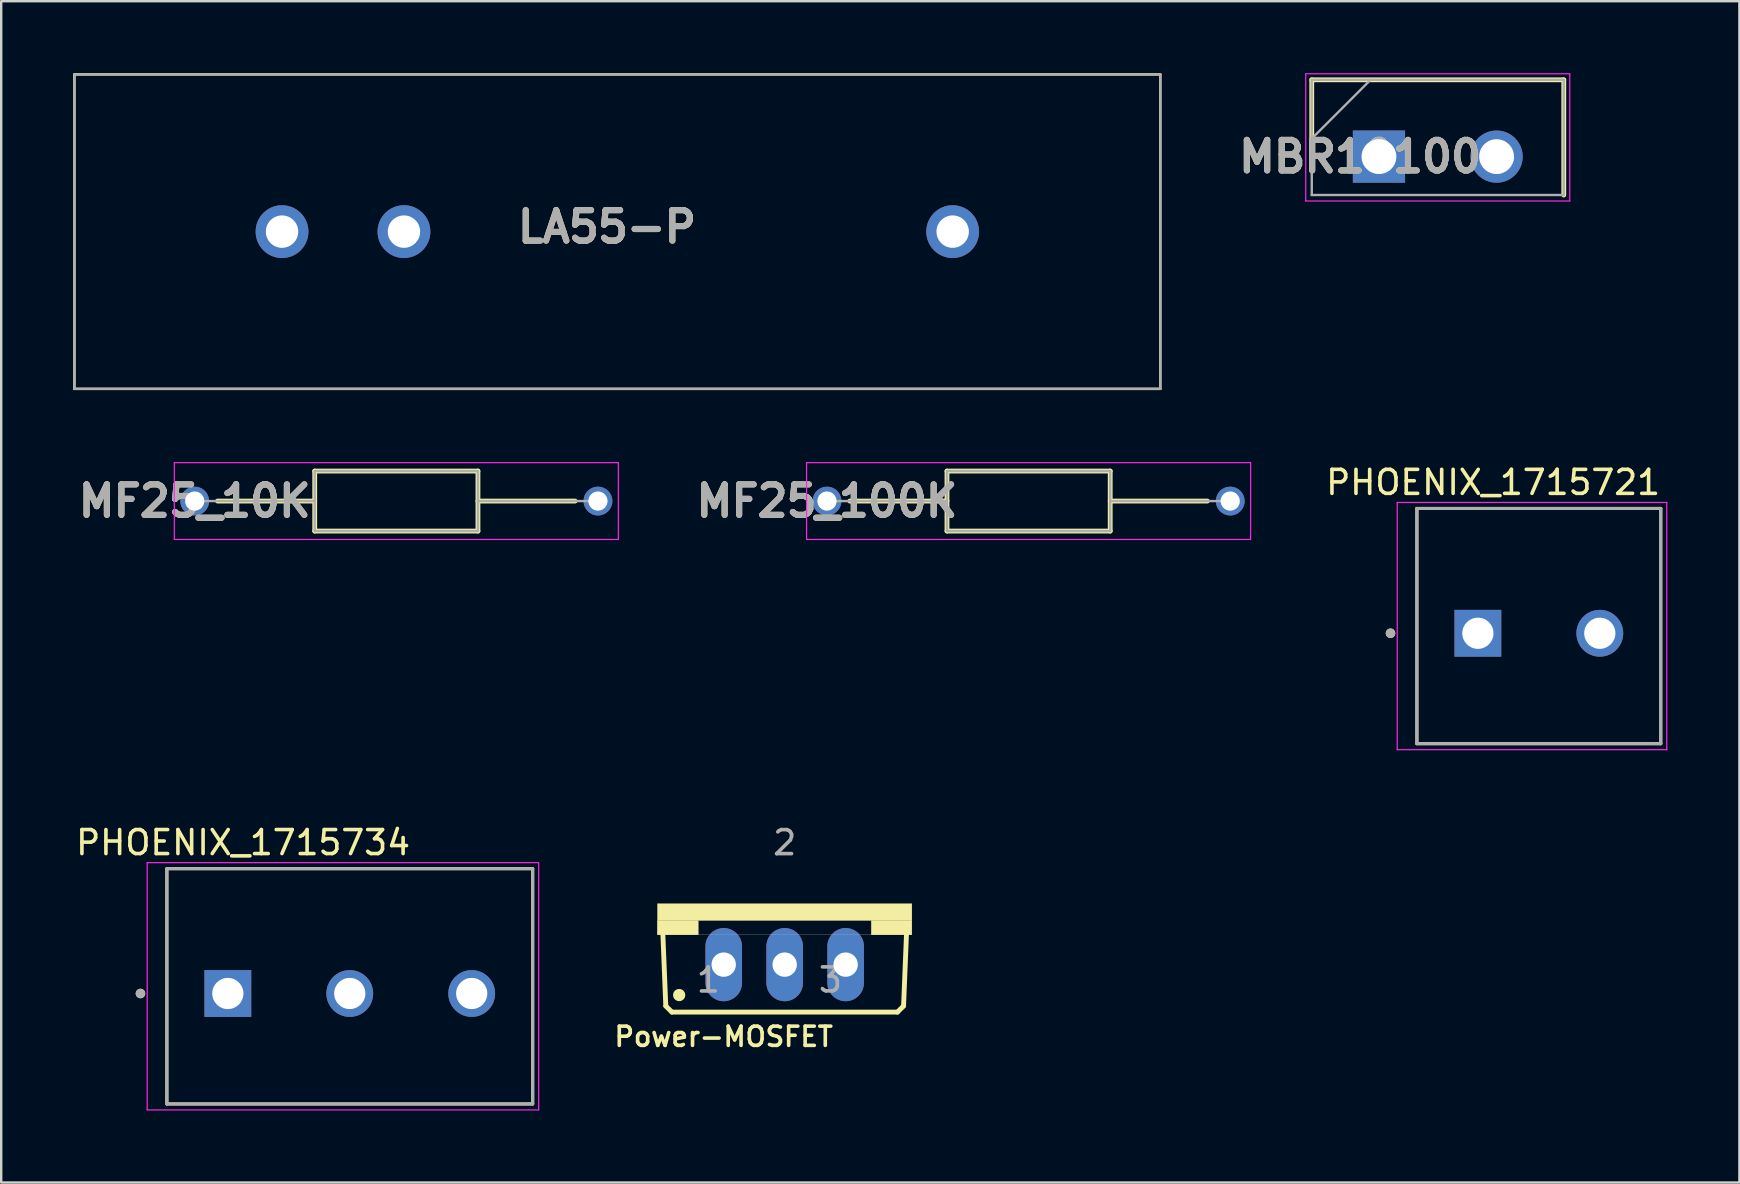
<source format=kicad_pcb>
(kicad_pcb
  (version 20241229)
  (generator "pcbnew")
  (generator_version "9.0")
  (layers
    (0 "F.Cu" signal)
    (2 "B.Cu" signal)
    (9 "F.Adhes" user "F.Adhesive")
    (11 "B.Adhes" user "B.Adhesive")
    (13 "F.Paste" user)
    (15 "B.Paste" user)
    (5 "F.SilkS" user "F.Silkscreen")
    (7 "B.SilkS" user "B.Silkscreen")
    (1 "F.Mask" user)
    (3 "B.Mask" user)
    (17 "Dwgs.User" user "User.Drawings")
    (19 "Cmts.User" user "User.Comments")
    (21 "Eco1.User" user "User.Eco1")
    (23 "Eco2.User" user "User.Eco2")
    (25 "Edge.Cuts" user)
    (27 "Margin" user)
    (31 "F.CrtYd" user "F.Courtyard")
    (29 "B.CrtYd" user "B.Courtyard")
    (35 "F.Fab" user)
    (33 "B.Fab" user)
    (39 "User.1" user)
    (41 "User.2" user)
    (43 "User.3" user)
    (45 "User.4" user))
  (footprint "Power-MOSFET"
    (layer "F.Cu")
    (at 29.641 34.598)
    (property "Reference" "Power-MOSFET" (at -2.542 5.541 0) (layer "F.SilkS") (effects (font (size 0.801 0.801) (thickness 0.15))))
    (attr through_hole)
    (fp_line (start -4.953 4.264) (end -5.08 1.143) (stroke (width 0.203) (type solid)) (layer "F.SilkS"))
    (fp_line (start -4.953 4.264) (end -4.699 4.518) (stroke (width 0.203) (type solid)) (layer "F.SilkS"))
    (fp_line (start 4.699 4.518) (end -4.699 4.518) (stroke (width 0.203) (type solid)) (layer "F.SilkS"))
    (fp_line (start 4.699 4.518) (end 4.953 4.264) (stroke (width 0.203) (type solid)) (layer "F.SilkS"))
    (fp_line (start 5.08 1.143) (end 4.953 4.264) (stroke (width 0.203) (type solid)) (layer "F.SilkS"))
    (fp_circle (center -4.396 3.808) (end -4.142 3.808) (stroke (width 0) (type solid)) (fill yes) (layer "F.SilkS"))
    (fp_poly (pts (xy -5.309 0.7) (xy -3.6 0.7) (xy -3.6 1.302) (xy -5.309 1.302)) (stroke (width 0.01) (type solid)) (fill yes) (layer "F.SilkS"))
    (fp_poly (pts (xy -5.301 0) (xy 5.3 0) (xy 5.3 0.7) (xy -5.301 0.7)) (stroke (width 0.01) (type solid)) (fill yes) (layer "F.SilkS"))
    (fp_poly (pts (xy 3.606 0.7) (xy 5.3 0.7) (xy 5.3 1.302) (xy 3.606 1.302)) (stroke (width 0.01) (type solid)) (fill yes) (layer "F.SilkS"))
    (fp_poly (pts (xy -3.602 0.7) (xy 3.6 0.7) (xy 3.6 1.301) (xy -3.602 1.301)) (stroke (width 0.01) (type solid)) (fill no) (layer "F.Fab"))
    (fp_text user "3" (at 1.907 3.179 0) (layer "F.Fab") (effects (font (size 1.001 1.001) (thickness 0.15))))
    (fp_text user "1" (at -3.181 3.181 0) (layer "F.Fab") (effects (font (size 1.002 1.002) (thickness 0.15))))
    (fp_text user "2" (at 0 -2.54 0) (layer "F.Fab") (effects (font (size 1.002 1.002) (thickness 0.15))))
    (pad "1" thru_hole oval (at -2.54 2.54) (size 1.524 3.048) (drill 1.016) (layers "*.Cu" "*.Mask"))
    (pad "2" thru_hole oval (at 0 2.54) (size 1.524 3.048) (drill 1.016) (layers "*.Cu" "*.Mask"))
    (pad "3" thru_hole oval (at 2.54 2.54) (size 1.524 3.048) (drill 1.016) (layers "*.Cu" "*.Mask")))
  (footprint "PHOENIX_1715721"
    (layer "F.Cu")
    (at 55.981 27.933)
    (property "Reference" "PHOENIX_1715721" (at 3.175 -10.885 0) (layer "F.SilkS") (effects (font (size 1 1) (thickness 0.15))))
    (attr through_hole)
    (fp_line (start 0 -9.8) (end 0 0) (stroke (width 0.127) (type solid)) (layer "F.SilkS"))
    (fp_line (start 0 0) (end 10.16 0) (stroke (width 0.127) (type solid)) (layer "F.SilkS"))
    (fp_line (start 10.16 -9.8) (end 0 -9.8) (stroke (width 0.127) (type solid)) (layer "F.SilkS"))
    (fp_line (start 10.16 0) (end 10.16 -9.8) (stroke (width 0.127) (type solid)) (layer "F.SilkS"))
    (fp_circle (center -1.1 -4.6) (end -1 -4.6) (stroke (width 0.2) (type solid)) (fill no) (layer "F.SilkS"))
    (fp_line (start -0.82 -10.05) (end -0.82 0.25) (stroke (width 0.05) (type solid)) (layer "F.CrtYd"))
    (fp_line (start -0.82 0.25) (end 10.41 0.25) (stroke (width 0.05) (type solid)) (layer "F.CrtYd"))
    (fp_line (start 10.41 -10.05) (end -0.82 -10.05) (stroke (width 0.05) (type solid)) (layer "F.CrtYd"))
    (fp_line (start 10.41 0.25) (end 10.41 -10.05) (stroke (width 0.05) (type solid)) (layer "F.CrtYd"))
    (fp_line (start 0 -9.8) (end 0 0) (stroke (width 0.127) (type solid)) (layer "F.Fab"))
    (fp_line (start 0 0) (end 10.16 0) (stroke (width 0.127) (type solid)) (layer "F.Fab"))
    (fp_line (start 10.16 -9.8) (end 0 -9.8) (stroke (width 0.127) (type solid)) (layer "F.Fab"))
    (fp_line (start 10.16 0) (end 10.16 -9.8) (stroke (width 0.127) (type solid)) (layer "F.Fab"))
    (fp_circle (center -1.1 -4.6) (end -1 -4.6) (stroke (width 0.2) (type solid)) (fill no) (layer "F.Fab"))
    (pad "1" thru_hole rect (at 2.54 -4.6) (size 1.95 1.95) (drill 1.3) (layers "*.Cu" "*.Mask"))
    (pad "2" thru_hole circle (at 7.62 -4.6) (size 1.95 1.95) (drill 1.3) (layers "*.Cu" "*.Mask")))
  (footprint "MF25_10K"
    (layer "F.Cu")
    (at 5.062 17.825)
    (property "Reference" "MF25_10K" (at 0 0 0) (layer "F.SilkS") (effects (font (size 1.27 1.27) (thickness 0.254))))
    (attr through_hole)
    (fp_line (start 0.95 0) (end 5 0) (stroke (width 0.2) (type solid)) (layer "F.SilkS"))
    (fp_line (start 5 -1.25) (end 11.8 -1.25) (stroke (width 0.2) (type solid)) (layer "F.SilkS"))
    (fp_line (start 5 1.25) (end 5 -1.25) (stroke (width 0.2) (type solid)) (layer "F.SilkS"))
    (fp_line (start 11.8 -1.25) (end 11.8 1.25) (stroke (width 0.2) (type solid)) (layer "F.SilkS"))
    (fp_line (start 11.8 0) (end 15.85 0) (stroke (width 0.2) (type solid)) (layer "F.SilkS"))
    (fp_line (start 11.8 1.25) (end 5 1.25) (stroke (width 0.2) (type solid)) (layer "F.SilkS"))
    (fp_line (start -0.85 -1.6) (end 17.65 -1.6) (stroke (width 0.05) (type solid)) (layer "F.CrtYd"))
    (fp_line (start -0.85 1.6) (end -0.85 -1.6) (stroke (width 0.05) (type solid)) (layer "F.CrtYd"))
    (fp_line (start 17.65 -1.6) (end 17.65 1.6) (stroke (width 0.05) (type solid)) (layer "F.CrtYd"))
    (fp_line (start 17.65 1.6) (end -0.85 1.6) (stroke (width 0.05) (type solid)) (layer "F.CrtYd"))
    (fp_line (start 0 0) (end 5 0) (stroke (width 0.1) (type solid)) (layer "F.Fab"))
    (fp_line (start 5 -1.25) (end 11.8 -1.25) (stroke (width 0.1) (type solid)) (layer "F.Fab"))
    (fp_line (start 5 1.25) (end 5 -1.25) (stroke (width 0.1) (type solid)) (layer "F.Fab"))
    (fp_line (start 11.8 -1.25) (end 11.8 1.25) (stroke (width 0.1) (type solid)) (layer "F.Fab"))
    (fp_line (start 11.8 0) (end 16.8 0) (stroke (width 0.1) (type solid)) (layer "F.Fab"))
    (fp_line (start 11.8 1.25) (end 5 1.25) (stroke (width 0.1) (type solid)) (layer "F.Fab"))
    (fp_text user "${REFERENCE}" (at 0 0 0) (layer "F.Fab") (effects (font (size 1.27 1.27) (thickness 0.254))))
    (pad "1" thru_hole circle (at 0 0) (size 1.2 1.2) (drill 0.8) (layers "*.Cu" "*.Mask"))
    (pad "2" thru_hole circle (at 16.8 0) (size 1.2 1.2) (drill 0.8) (layers "*.Cu" "*.Mask")))
  (footprint "PHOENIX_1715734"
    (layer "F.Cu")
    (at 3.902 42.941)
    (property "Reference" "PHOENIX_1715734" (at 3.175 -10.885 0) (layer "F.SilkS") (effects (font (size 1 1) (thickness 0.15))))
    (attr through_hole)
    (fp_line (start 0 -9.8) (end 0 0) (stroke (width 0.127) (type solid)) (layer "F.SilkS"))
    (fp_line (start 0 0) (end 15.24 0) (stroke (width 0.127) (type solid)) (layer "F.SilkS"))
    (fp_line (start 15.24 -9.8) (end 0 -9.8) (stroke (width 0.127) (type solid)) (layer "F.SilkS"))
    (fp_line (start 15.24 0) (end 15.24 -9.8) (stroke (width 0.127) (type solid)) (layer "F.SilkS"))
    (fp_circle (center -1.1 -4.6) (end -1 -4.6) (stroke (width 0.2) (type solid)) (fill no) (layer "F.SilkS"))
    (fp_line (start -0.82 -10.05) (end -0.82 0.25) (stroke (width 0.05) (type solid)) (layer "F.CrtYd"))
    (fp_line (start -0.82 0.25) (end 15.49 0.25) (stroke (width 0.05) (type solid)) (layer "F.CrtYd"))
    (fp_line (start 15.49 -10.05) (end -0.82 -10.05) (stroke (width 0.05) (type solid)) (layer "F.CrtYd"))
    (fp_line (start 15.49 0.25) (end 15.49 -10.05) (stroke (width 0.05) (type solid)) (layer "F.CrtYd"))
    (fp_line (start 0 -9.8) (end 0 0) (stroke (width 0.127) (type solid)) (layer "F.Fab"))
    (fp_line (start 0 0) (end 15.24 0) (stroke (width 0.127) (type solid)) (layer "F.Fab"))
    (fp_line (start 15.24 -9.8) (end 0 -9.8) (stroke (width 0.127) (type solid)) (layer "F.Fab"))
    (fp_line (start 15.24 0) (end 15.24 -9.8) (stroke (width 0.127) (type solid)) (layer "F.Fab"))
    (fp_circle (center -1.1 -4.6) (end -1 -4.6) (stroke (width 0.2) (type solid)) (fill no) (layer "F.Fab"))
    (pad "1" thru_hole rect (at 2.54 -4.6) (size 1.95 1.95) (drill 1.3) (layers "*.Cu" "*.Mask"))
    (pad "2" thru_hole circle (at 7.62 -4.6) (size 1.95 1.95) (drill 1.3) (layers "*.Cu" "*.Mask"))
    (pad "3" thru_hole circle (at 12.7 -4.6) (size 1.95 1.95) (drill 1.3) (layers "*.Cu" "*.Mask")))
  (footprint "LA55-P"
    (layer "F.Cu")
    (at 36.64 6.6)
    (property "Reference" "LA55-P" (at -14.4 -0.2 0) (layer "F.SilkS") (effects (font (size 1.27 1.27) (thickness 0.254))))
    (attr through_hole)
    (fp_line (start -36.59 -6.55) (end 8.65 -6.55) (stroke (width 0.1) (type solid)) (layer "F.SilkS"))
    (fp_line (start -36.59 6.55) (end -36.59 -6.55) (stroke (width 0.1) (type solid)) (layer "F.SilkS"))
    (fp_line (start 8.65 -6.55) (end 8.65 6.55) (stroke (width 0.1) (type solid)) (layer "F.SilkS"))
    (fp_line (start 8.65 6.55) (end -36.59 6.55) (stroke (width 0.1) (type solid)) (layer "F.SilkS"))
    (fp_line (start -36.59 -6.55) (end 8.65 -6.55) (stroke (width 0.1) (type solid)) (layer "F.Fab"))
    (fp_line (start -36.59 6.55) (end -36.59 -6.55) (stroke (width 0.1) (type solid)) (layer "F.Fab"))
    (fp_line (start 8.65 -6.55) (end 8.65 6.55) (stroke (width 0.1) (type solid)) (layer "F.Fab"))
    (fp_line (start 8.65 6.55) (end -36.59 6.55) (stroke (width 0.1) (type solid)) (layer "F.Fab"))
    (fp_text user "${REFERENCE}" (at -14.4 -0.2 0) (layer "F.Fab") (effects (font (size 1.27 1.27) (thickness 0.254))))
    (pad "1" thru_hole circle (at -27.94 0) (size 2.2 2.2) (drill 1.35) (layers "*.Cu" "*.Mask"))
    (pad "2" thru_hole circle (at -22.86 0) (size 2.2 2.2) (drill 1.35) (layers "*.Cu" "*.Mask"))
    (pad "3" thru_hole circle (at 0 0) (size 2.2 2.2) (drill 1.35) (layers "*.Cu" "*.Mask")))
  (footprint "MBR10100+"
    (layer "F.Cu")
    (at 54.4 3.475)
    (property "Reference" "MBR10100+" (at 0 0 0) (layer "F.SilkS") (effects (font (size 1.27 1.27) (thickness 0.254))))
    (attr through_hole)
    (fp_line (start -2.8 -3.2) (end -2.8 0) (stroke (width 0.2) (type solid)) (layer "F.SilkS"))
    (fp_line (start 7.7 -3.2) (end -2.8 -3.2) (stroke (width 0.2) (type solid)) (layer "F.SilkS"))
    (fp_line (start 7.7 1.6) (end 7.7 -3.2) (stroke (width 0.2) (type solid)) (layer "F.SilkS"))
    (fp_line (start -3.05 -3.45) (end 7.95 -3.45) (stroke (width 0.05) (type solid)) (layer "F.CrtYd"))
    (fp_line (start -3.05 1.85) (end -3.05 -3.45) (stroke (width 0.05) (type solid)) (layer "F.CrtYd"))
    (fp_line (start 7.95 -3.45) (end 7.95 1.85) (stroke (width 0.05) (type solid)) (layer "F.CrtYd"))
    (fp_line (start 7.95 1.85) (end -3.05 1.85) (stroke (width 0.05) (type solid)) (layer "F.CrtYd"))
    (fp_line (start -2.8 -3.2) (end 7.7 -3.2) (stroke (width 0.1) (type solid)) (layer "F.Fab"))
    (fp_line (start -2.8 -0.75) (end -0.35 -3.2) (stroke (width 0.1) (type solid)) (layer "F.Fab"))
    (fp_line (start -2.8 1.6) (end -2.8 -3.2) (stroke (width 0.1) (type solid)) (layer "F.Fab"))
    (fp_line (start 7.7 -3.2) (end 7.7 1.6) (stroke (width 0.1) (type solid)) (layer "F.Fab"))
    (fp_line (start 7.7 1.6) (end -2.8 1.6) (stroke (width 0.1) (type solid)) (layer "F.Fab"))
    (fp_text user "${REFERENCE}" (at 0 0 0) (layer "F.Fab") (effects (font (size 1.27 1.27) (thickness 0.254))))
    (pad "1" thru_hole rect (at 0 0) (size 2.175 2.175) (drill 1.45) (layers "*.Cu" "*.Mask"))
    (pad "2" thru_hole circle (at 4.9 0) (size 2.175 2.175) (drill 1.45) (layers "*.Cu" "*.Mask")))
  (footprint "MF25_100K"
    (layer "F.Cu")
    (at 31.403 17.825)
    (property "Reference" "MF25_100K" (at 0 0 0) (layer "F.SilkS") (effects (font (size 1.27 1.27) (thickness 0.254))))
    (attr through_hole)
    (fp_line (start 0.95 0) (end 5 0) (stroke (width 0.2) (type solid)) (layer "F.SilkS"))
    (fp_line (start 5 -1.25) (end 11.8 -1.25) (stroke (width 0.2) (type solid)) (layer "F.SilkS"))
    (fp_line (start 5 1.25) (end 5 -1.25) (stroke (width 0.2) (type solid)) (layer "F.SilkS"))
    (fp_line (start 11.8 -1.25) (end 11.8 1.25) (stroke (width 0.2) (type solid)) (layer "F.SilkS"))
    (fp_line (start 11.8 0) (end 15.85 0) (stroke (width 0.2) (type solid)) (layer "F.SilkS"))
    (fp_line (start 11.8 1.25) (end 5 1.25) (stroke (width 0.2) (type solid)) (layer "F.SilkS"))
    (fp_line (start -0.85 -1.6) (end 17.65 -1.6) (stroke (width 0.05) (type solid)) (layer "F.CrtYd"))
    (fp_line (start -0.85 1.6) (end -0.85 -1.6) (stroke (width 0.05) (type solid)) (layer "F.CrtYd"))
    (fp_line (start 17.65 -1.6) (end 17.65 1.6) (stroke (width 0.05) (type solid)) (layer "F.CrtYd"))
    (fp_line (start 17.65 1.6) (end -0.85 1.6) (stroke (width 0.05) (type solid)) (layer "F.CrtYd"))
    (fp_line (start 0 0) (end 5 0) (stroke (width 0.1) (type solid)) (layer "F.Fab"))
    (fp_line (start 5 -1.25) (end 11.8 -1.25) (stroke (width 0.1) (type solid)) (layer "F.Fab"))
    (fp_line (start 5 1.25) (end 5 -1.25) (stroke (width 0.1) (type solid)) (layer "F.Fab"))
    (fp_line (start 11.8 -1.25) (end 11.8 1.25) (stroke (width 0.1) (type solid)) (layer "F.Fab"))
    (fp_line (start 11.8 0) (end 16.8 0) (stroke (width 0.1) (type solid)) (layer "F.Fab"))
    (fp_line (start 11.8 1.25) (end 5 1.25) (stroke (width 0.1) (type solid)) (layer "F.Fab"))
    (fp_text user "${REFERENCE}" (at 0 0 0) (layer "F.Fab") (effects (font (size 1.27 1.27) (thickness 0.254))))
    (pad "1" thru_hole circle (at 0 0) (size 1.2 1.2) (drill 0.8) (layers "*.Cu" "*.Mask"))
    (pad "2" thru_hole circle (at 16.8 0) (size 1.2 1.2) (drill 0.8) (layers "*.Cu" "*.Mask")))
  (gr_rect
    (start -3 -3)
    (end 69.416 46.217)
    (stroke (width 0.1) (type default))
    (fill no)
    (layer "Edge.Cuts")))
</source>
